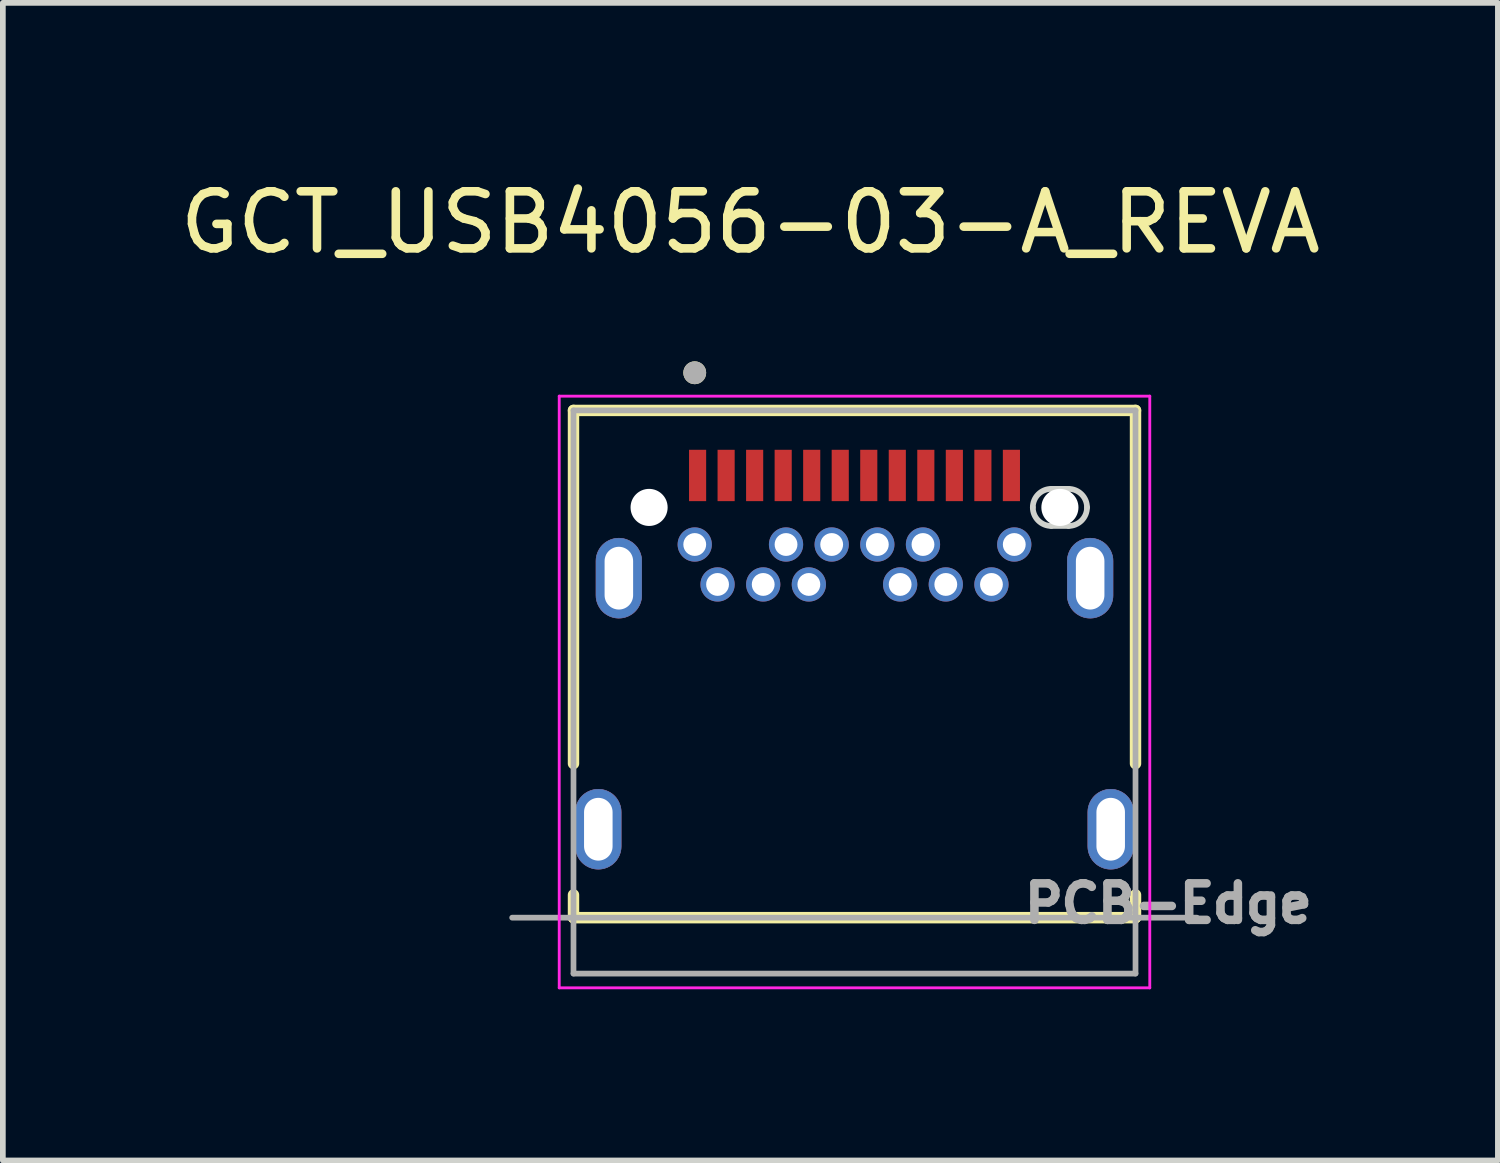
<source format=kicad_pcb>
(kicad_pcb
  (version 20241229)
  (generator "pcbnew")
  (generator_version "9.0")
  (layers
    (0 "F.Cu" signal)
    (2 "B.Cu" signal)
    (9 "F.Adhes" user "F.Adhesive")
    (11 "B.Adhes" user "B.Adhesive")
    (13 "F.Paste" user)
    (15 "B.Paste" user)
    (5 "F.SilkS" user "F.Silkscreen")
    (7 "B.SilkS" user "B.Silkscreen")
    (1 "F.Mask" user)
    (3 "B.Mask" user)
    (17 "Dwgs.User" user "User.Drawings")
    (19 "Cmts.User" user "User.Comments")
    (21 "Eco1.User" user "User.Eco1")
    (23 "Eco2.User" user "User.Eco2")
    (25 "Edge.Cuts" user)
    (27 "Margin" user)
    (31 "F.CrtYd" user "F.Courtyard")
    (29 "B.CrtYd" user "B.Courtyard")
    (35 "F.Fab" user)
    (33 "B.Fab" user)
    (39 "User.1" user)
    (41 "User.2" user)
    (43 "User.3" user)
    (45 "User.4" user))
  (footprint "GCT_USB4056-03-A_REVA"
    (layer "F.Cu")
    (at 11.926 11.483)
    (property "Reference" "GCT_USB4056-03-A_REVA" (at -1.825 -10.635 0) (layer "F.SilkS") (effects (font (size 1 1) (thickness 0.15))))
    (attr through_hole)
    (fp_poly (pts (xy -4.49 -0.7) (xy -4.511 -0.699) (xy -4.532 -0.698) (xy -4.553 -0.695) (xy -4.573 -0.691) (xy -4.594 -0.686) (xy -4.614 -0.68) (xy -4.633 -0.673) (xy -4.653 -0.665) (xy -4.672 -0.656) (xy -4.69 -0.646) (xy -4.708 -0.635) (xy -4.725 -0.624) (xy -4.742 -0.611) (xy -4.758 -0.597) (xy -4.773 -0.583) (xy -4.787 -0.568) (xy -4.801 -0.552) (xy -4.814 -0.535) (xy -4.825 -0.518) (xy -4.836 -0.5) (xy -4.846 -0.482) (xy -4.855 -0.463) (xy -4.863 -0.443) (xy -4.87 -0.424) (xy -4.876 -0.404) (xy -4.881 -0.383) (xy -4.885 -0.363) (xy -4.888 -0.342) (xy -4.889 -0.321) (xy -4.89 -0.3) (xy -4.89 0.3) (xy -4.889 0.321) (xy -4.888 0.342) (xy -4.885 0.363) (xy -4.881 0.383) (xy -4.876 0.404) (xy -4.87 0.424) (xy -4.863 0.443) (xy -4.855 0.463) (xy -4.846 0.482) (xy -4.836 0.5) (xy -4.825 0.518) (xy -4.814 0.535) (xy -4.801 0.552) (xy -4.787 0.568) (xy -4.773 0.583) (xy -4.758 0.597) (xy -4.742 0.611) (xy -4.725 0.624) (xy -4.708 0.635) (xy -4.69 0.646) (xy -4.672 0.656) (xy -4.653 0.665) (xy -4.633 0.673) (xy -4.614 0.68) (xy -4.594 0.686) (xy -4.573 0.691) (xy -4.553 0.695) (xy -4.532 0.698) (xy -4.511 0.699) (xy -4.49 0.7) (xy -4.469 0.699) (xy -4.448 0.698) (xy -4.427 0.695) (xy -4.407 0.691) (xy -4.386 0.686) (xy -4.366 0.68) (xy -4.347 0.673) (xy -4.327 0.665) (xy -4.308 0.656) (xy -4.29 0.646) (xy -4.272 0.635) (xy -4.255 0.624) (xy -4.238 0.611) (xy -4.222 0.597) (xy -4.207 0.583) (xy -4.193 0.568) (xy -4.179 0.552) (xy -4.166 0.535) (xy -4.155 0.518) (xy -4.144 0.5) (xy -4.134 0.482) (xy -4.125 0.463) (xy -4.117 0.443) (xy -4.11 0.424) (xy -4.104 0.404) (xy -4.099 0.383) (xy -4.095 0.363) (xy -4.092 0.342) (xy -4.091 0.321) (xy -4.09 0.3) (xy -4.09 -0.3) (xy -4.091 -0.321) (xy -4.092 -0.342) (xy -4.095 -0.363) (xy -4.099 -0.383) (xy -4.104 -0.404) (xy -4.11 -0.424) (xy -4.117 -0.443) (xy -4.125 -0.463) (xy -4.134 -0.482) (xy -4.144 -0.5) (xy -4.155 -0.518) (xy -4.166 -0.535) (xy -4.179 -0.552) (xy -4.193 -0.568) (xy -4.207 -0.583) (xy -4.222 -0.597) (xy -4.238 -0.611) (xy -4.255 -0.624) (xy -4.272 -0.635) (xy -4.29 -0.646) (xy -4.308 -0.656) (xy -4.327 -0.665) (xy -4.347 -0.673) (xy -4.366 -0.68) (xy -4.386 -0.686) (xy -4.407 -0.691) (xy -4.427 -0.695) (xy -4.448 -0.698) (xy -4.469 -0.699) (xy -4.49 -0.7)) (stroke (width 0.01) (type solid)) (fill yes) (layer "F.Cu"))
    (fp_poly (pts (xy -4.13 -5.1) (xy -4.151 -5.099) (xy -4.172 -5.098) (xy -4.193 -5.095) (xy -4.213 -5.091) (xy -4.234 -5.086) (xy -4.254 -5.08) (xy -4.273 -5.073) (xy -4.293 -5.065) (xy -4.312 -5.056) (xy -4.33 -5.046) (xy -4.348 -5.035) (xy -4.365 -5.024) (xy -4.382 -5.011) (xy -4.398 -4.997) (xy -4.413 -4.983) (xy -4.427 -4.968) (xy -4.441 -4.952) (xy -4.454 -4.935) (xy -4.465 -4.918) (xy -4.476 -4.9) (xy -4.486 -4.882) (xy -4.495 -4.863) (xy -4.503 -4.843) (xy -4.51 -4.824) (xy -4.516 -4.804) (xy -4.521 -4.783) (xy -4.525 -4.763) (xy -4.528 -4.742) (xy -4.529 -4.721) (xy -4.53 -4.7) (xy -4.53 -4.1) (xy -4.529 -4.079) (xy -4.528 -4.058) (xy -4.525 -4.037) (xy -4.521 -4.017) (xy -4.516 -3.996) (xy -4.51 -3.976) (xy -4.503 -3.957) (xy -4.495 -3.937) (xy -4.486 -3.918) (xy -4.476 -3.9) (xy -4.465 -3.882) (xy -4.454 -3.865) (xy -4.441 -3.848) (xy -4.427 -3.832) (xy -4.413 -3.817) (xy -4.398 -3.803) (xy -4.382 -3.789) (xy -4.365 -3.776) (xy -4.348 -3.765) (xy -4.33 -3.754) (xy -4.312 -3.744) (xy -4.293 -3.735) (xy -4.273 -3.727) (xy -4.254 -3.72) (xy -4.234 -3.714) (xy -4.213 -3.709) (xy -4.193 -3.705) (xy -4.172 -3.702) (xy -4.151 -3.701) (xy -4.13 -3.7) (xy -4.109 -3.701) (xy -4.088 -3.702) (xy -4.067 -3.705) (xy -4.047 -3.709) (xy -4.026 -3.714) (xy -4.006 -3.72) (xy -3.987 -3.727) (xy -3.967 -3.735) (xy -3.948 -3.744) (xy -3.93 -3.754) (xy -3.912 -3.765) (xy -3.895 -3.776) (xy -3.878 -3.789) (xy -3.862 -3.803) (xy -3.847 -3.817) (xy -3.833 -3.832) (xy -3.819 -3.848) (xy -3.806 -3.865) (xy -3.795 -3.882) (xy -3.784 -3.9) (xy -3.774 -3.918) (xy -3.765 -3.937) (xy -3.757 -3.957) (xy -3.75 -3.976) (xy -3.744 -3.996) (xy -3.739 -4.017) (xy -3.735 -4.037) (xy -3.732 -4.058) (xy -3.731 -4.079) (xy -3.73 -4.1) (xy -3.73 -4.7) (xy -3.731 -4.721) (xy -3.732 -4.742) (xy -3.735 -4.763) (xy -3.739 -4.783) (xy -3.744 -4.804) (xy -3.75 -4.824) (xy -3.757 -4.843) (xy -3.765 -4.863) (xy -3.774 -4.882) (xy -3.784 -4.9) (xy -3.795 -4.918) (xy -3.806 -4.935) (xy -3.819 -4.952) (xy -3.833 -4.968) (xy -3.847 -4.983) (xy -3.862 -4.997) (xy -3.878 -5.011) (xy -3.895 -5.024) (xy -3.912 -5.035) (xy -3.93 -5.046) (xy -3.948 -5.056) (xy -3.967 -5.065) (xy -3.987 -5.073) (xy -4.006 -5.08) (xy -4.026 -5.086) (xy -4.047 -5.091) (xy -4.067 -5.095) (xy -4.088 -5.098) (xy -4.109 -5.099) (xy -4.13 -5.1)) (stroke (width 0.01) (type solid)) (fill yes) (layer "F.Cu"))
    (fp_poly (pts (xy 4.13 -5.1) (xy 4.109 -5.099) (xy 4.088 -5.098) (xy 4.067 -5.095) (xy 4.047 -5.091) (xy 4.026 -5.086) (xy 4.006 -5.08) (xy 3.987 -5.073) (xy 3.967 -5.065) (xy 3.948 -5.056) (xy 3.93 -5.046) (xy 3.912 -5.035) (xy 3.895 -5.024) (xy 3.878 -5.011) (xy 3.862 -4.997) (xy 3.847 -4.983) (xy 3.833 -4.968) (xy 3.819 -4.952) (xy 3.806 -4.935) (xy 3.795 -4.918) (xy 3.784 -4.9) (xy 3.774 -4.882) (xy 3.765 -4.863) (xy 3.757 -4.843) (xy 3.75 -4.824) (xy 3.744 -4.804) (xy 3.739 -4.783) (xy 3.735 -4.763) (xy 3.732 -4.742) (xy 3.731 -4.721) (xy 3.73 -4.7) (xy 3.73 -4.1) (xy 3.731 -4.079) (xy 3.732 -4.058) (xy 3.735 -4.037) (xy 3.739 -4.017) (xy 3.744 -3.996) (xy 3.75 -3.976) (xy 3.757 -3.957) (xy 3.765 -3.937) (xy 3.774 -3.918) (xy 3.784 -3.9) (xy 3.795 -3.882) (xy 3.806 -3.865) (xy 3.819 -3.848) (xy 3.833 -3.832) (xy 3.847 -3.817) (xy 3.862 -3.803) (xy 3.878 -3.789) (xy 3.895 -3.776) (xy 3.912 -3.765) (xy 3.93 -3.754) (xy 3.948 -3.744) (xy 3.967 -3.735) (xy 3.987 -3.727) (xy 4.006 -3.72) (xy 4.026 -3.714) (xy 4.047 -3.709) (xy 4.067 -3.705) (xy 4.088 -3.702) (xy 4.109 -3.701) (xy 4.13 -3.7) (xy 4.151 -3.701) (xy 4.172 -3.702) (xy 4.193 -3.705) (xy 4.213 -3.709) (xy 4.234 -3.714) (xy 4.254 -3.72) (xy 4.273 -3.727) (xy 4.293 -3.735) (xy 4.312 -3.744) (xy 4.33 -3.754) (xy 4.348 -3.765) (xy 4.365 -3.776) (xy 4.382 -3.789) (xy 4.398 -3.803) (xy 4.413 -3.817) (xy 4.427 -3.832) (xy 4.441 -3.848) (xy 4.454 -3.865) (xy 4.465 -3.882) (xy 4.476 -3.9) (xy 4.486 -3.918) (xy 4.495 -3.937) (xy 4.503 -3.957) (xy 4.51 -3.976) (xy 4.516 -3.996) (xy 4.521 -4.017) (xy 4.525 -4.037) (xy 4.528 -4.058) (xy 4.529 -4.079) (xy 4.53 -4.1) (xy 4.53 -4.7) (xy 4.529 -4.721) (xy 4.528 -4.742) (xy 4.525 -4.763) (xy 4.521 -4.783) (xy 4.516 -4.804) (xy 4.51 -4.824) (xy 4.503 -4.843) (xy 4.495 -4.863) (xy 4.486 -4.882) (xy 4.476 -4.9) (xy 4.465 -4.918) (xy 4.454 -4.935) (xy 4.441 -4.952) (xy 4.427 -4.968) (xy 4.413 -4.983) (xy 4.398 -4.997) (xy 4.382 -5.011) (xy 4.365 -5.024) (xy 4.348 -5.035) (xy 4.33 -5.046) (xy 4.312 -5.056) (xy 4.293 -5.065) (xy 4.273 -5.073) (xy 4.254 -5.08) (xy 4.234 -5.086) (xy 4.213 -5.091) (xy 4.193 -5.095) (xy 4.172 -5.098) (xy 4.151 -5.099) (xy 4.13 -5.1)) (stroke (width 0.01) (type solid)) (fill yes) (layer "F.Cu"))
    (fp_poly (pts (xy 4.49 -0.7) (xy 4.469 -0.699) (xy 4.448 -0.698) (xy 4.427 -0.695) (xy 4.407 -0.691) (xy 4.386 -0.686) (xy 4.366 -0.68) (xy 4.347 -0.673) (xy 4.327 -0.665) (xy 4.308 -0.656) (xy 4.29 -0.646) (xy 4.272 -0.635) (xy 4.255 -0.624) (xy 4.238 -0.611) (xy 4.222 -0.597) (xy 4.207 -0.583) (xy 4.193 -0.568) (xy 4.179 -0.552) (xy 4.166 -0.535) (xy 4.155 -0.518) (xy 4.144 -0.5) (xy 4.134 -0.482) (xy 4.125 -0.463) (xy 4.117 -0.443) (xy 4.11 -0.424) (xy 4.104 -0.404) (xy 4.099 -0.383) (xy 4.095 -0.363) (xy 4.092 -0.342) (xy 4.091 -0.321) (xy 4.09 -0.3) (xy 4.09 0.3) (xy 4.091 0.321) (xy 4.092 0.342) (xy 4.095 0.363) (xy 4.099 0.383) (xy 4.104 0.404) (xy 4.11 0.424) (xy 4.117 0.443) (xy 4.125 0.463) (xy 4.134 0.482) (xy 4.144 0.5) (xy 4.155 0.518) (xy 4.166 0.535) (xy 4.179 0.552) (xy 4.193 0.568) (xy 4.207 0.583) (xy 4.222 0.597) (xy 4.238 0.611) (xy 4.255 0.624) (xy 4.272 0.635) (xy 4.29 0.646) (xy 4.308 0.656) (xy 4.327 0.665) (xy 4.347 0.673) (xy 4.366 0.68) (xy 4.386 0.686) (xy 4.407 0.691) (xy 4.427 0.695) (xy 4.448 0.698) (xy 4.469 0.699) (xy 4.49 0.7) (xy 4.511 0.699) (xy 4.532 0.698) (xy 4.553 0.695) (xy 4.573 0.691) (xy 4.594 0.686) (xy 4.614 0.68) (xy 4.633 0.673) (xy 4.653 0.665) (xy 4.672 0.656) (xy 4.69 0.646) (xy 4.708 0.635) (xy 4.725 0.624) (xy 4.742 0.611) (xy 4.758 0.597) (xy 4.773 0.583) (xy 4.787 0.568) (xy 4.801 0.552) (xy 4.814 0.535) (xy 4.825 0.518) (xy 4.836 0.5) (xy 4.846 0.482) (xy 4.855 0.463) (xy 4.863 0.443) (xy 4.87 0.424) (xy 4.876 0.404) (xy 4.881 0.383) (xy 4.885 0.363) (xy 4.888 0.342) (xy 4.889 0.321) (xy 4.89 0.3) (xy 4.89 -0.3) (xy 4.889 -0.321) (xy 4.888 -0.342) (xy 4.885 -0.363) (xy 4.881 -0.383) (xy 4.876 -0.404) (xy 4.87 -0.424) (xy 4.863 -0.443) (xy 4.855 -0.463) (xy 4.846 -0.482) (xy 4.836 -0.5) (xy 4.825 -0.518) (xy 4.814 -0.535) (xy 4.801 -0.552) (xy 4.787 -0.568) (xy 4.773 -0.583) (xy 4.758 -0.597) (xy 4.742 -0.611) (xy 4.725 -0.624) (xy 4.708 -0.635) (xy 4.69 -0.646) (xy 4.672 -0.656) (xy 4.653 -0.665) (xy 4.633 -0.673) (xy 4.614 -0.68) (xy 4.594 -0.686) (xy 4.573 -0.691) (xy 4.553 -0.695) (xy 4.532 -0.698) (xy 4.511 -0.699) (xy 4.49 -0.7)) (stroke (width 0.01) (type solid)) (fill yes) (layer "F.Cu"))
    (fp_poly (pts (xy -4.49 -0.8) (xy -4.516 -0.799) (xy -4.542 -0.797) (xy -4.568 -0.794) (xy -4.594 -0.789) (xy -4.619 -0.783) (xy -4.645 -0.776) (xy -4.669 -0.767) (xy -4.693 -0.757) (xy -4.717 -0.746) (xy -4.74 -0.733) (xy -4.762 -0.719) (xy -4.784 -0.705) (xy -4.805 -0.689) (xy -4.825 -0.672) (xy -4.844 -0.654) (xy -4.862 -0.635) (xy -4.879 -0.615) (xy -4.895 -0.594) (xy -4.909 -0.572) (xy -4.923 -0.55) (xy -4.936 -0.527) (xy -4.947 -0.503) (xy -4.957 -0.479) (xy -4.966 -0.455) (xy -4.973 -0.429) (xy -4.979 -0.404) (xy -4.984 -0.378) (xy -4.987 -0.352) (xy -4.989 -0.326) (xy -4.99 -0.3) (xy -4.99 0.3) (xy -4.989 0.326) (xy -4.987 0.352) (xy -4.984 0.378) (xy -4.979 0.404) (xy -4.973 0.429) (xy -4.966 0.455) (xy -4.957 0.479) (xy -4.947 0.503) (xy -4.936 0.527) (xy -4.923 0.55) (xy -4.909 0.572) (xy -4.895 0.594) (xy -4.879 0.615) (xy -4.862 0.635) (xy -4.844 0.654) (xy -4.825 0.672) (xy -4.805 0.689) (xy -4.784 0.705) (xy -4.762 0.719) (xy -4.74 0.733) (xy -4.717 0.746) (xy -4.693 0.757) (xy -4.669 0.767) (xy -4.645 0.776) (xy -4.619 0.783) (xy -4.594 0.789) (xy -4.568 0.794) (xy -4.542 0.797) (xy -4.516 0.799) (xy -4.49 0.8) (xy -4.464 0.799) (xy -4.438 0.797) (xy -4.412 0.794) (xy -4.386 0.789) (xy -4.361 0.783) (xy -4.335 0.776) (xy -4.311 0.767) (xy -4.287 0.757) (xy -4.263 0.746) (xy -4.24 0.733) (xy -4.218 0.719) (xy -4.196 0.705) (xy -4.175 0.689) (xy -4.155 0.672) (xy -4.136 0.654) (xy -4.118 0.635) (xy -4.101 0.615) (xy -4.085 0.594) (xy -4.071 0.572) (xy -4.057 0.55) (xy -4.044 0.527) (xy -4.033 0.503) (xy -4.023 0.479) (xy -4.014 0.455) (xy -4.007 0.429) (xy -4.001 0.404) (xy -3.996 0.378) (xy -3.993 0.352) (xy -3.991 0.326) (xy -3.99 0.3) (xy -3.99 -0.3) (xy -3.991 -0.326) (xy -3.993 -0.352) (xy -3.996 -0.378) (xy -4.001 -0.404) (xy -4.007 -0.429) (xy -4.014 -0.455) (xy -4.023 -0.479) (xy -4.033 -0.503) (xy -4.044 -0.527) (xy -4.057 -0.55) (xy -4.071 -0.572) (xy -4.085 -0.594) (xy -4.101 -0.615) (xy -4.118 -0.635) (xy -4.136 -0.654) (xy -4.155 -0.672) (xy -4.175 -0.689) (xy -4.196 -0.705) (xy -4.218 -0.719) (xy -4.24 -0.733) (xy -4.263 -0.746) (xy -4.287 -0.757) (xy -4.311 -0.767) (xy -4.335 -0.776) (xy -4.361 -0.783) (xy -4.386 -0.789) (xy -4.412 -0.794) (xy -4.438 -0.797) (xy -4.464 -0.799) (xy -4.49 -0.8)) (stroke (width 0.01) (type solid)) (fill yes) (layer "F.Mask"))
    (fp_poly (pts (xy -4.13 -5.2) (xy -4.156 -5.199) (xy -4.182 -5.197) (xy -4.208 -5.194) (xy -4.234 -5.189) (xy -4.259 -5.183) (xy -4.285 -5.176) (xy -4.309 -5.167) (xy -4.333 -5.157) (xy -4.357 -5.146) (xy -4.38 -5.133) (xy -4.402 -5.119) (xy -4.424 -5.105) (xy -4.445 -5.089) (xy -4.465 -5.072) (xy -4.484 -5.054) (xy -4.502 -5.035) (xy -4.519 -5.015) (xy -4.535 -4.994) (xy -4.549 -4.972) (xy -4.563 -4.95) (xy -4.576 -4.927) (xy -4.587 -4.903) (xy -4.597 -4.879) (xy -4.606 -4.855) (xy -4.613 -4.829) (xy -4.619 -4.804) (xy -4.624 -4.778) (xy -4.627 -4.752) (xy -4.629 -4.726) (xy -4.63 -4.7) (xy -4.63 -4.1) (xy -4.629 -4.074) (xy -4.627 -4.048) (xy -4.624 -4.022) (xy -4.619 -3.996) (xy -4.613 -3.971) (xy -4.606 -3.945) (xy -4.597 -3.921) (xy -4.587 -3.897) (xy -4.576 -3.873) (xy -4.563 -3.85) (xy -4.549 -3.828) (xy -4.535 -3.806) (xy -4.519 -3.785) (xy -4.502 -3.765) (xy -4.484 -3.746) (xy -4.465 -3.728) (xy -4.445 -3.711) (xy -4.424 -3.695) (xy -4.402 -3.681) (xy -4.38 -3.667) (xy -4.357 -3.654) (xy -4.333 -3.643) (xy -4.309 -3.633) (xy -4.285 -3.624) (xy -4.259 -3.617) (xy -4.234 -3.611) (xy -4.208 -3.606) (xy -4.182 -3.603) (xy -4.156 -3.601) (xy -4.13 -3.6) (xy -4.104 -3.601) (xy -4.078 -3.603) (xy -4.052 -3.606) (xy -4.026 -3.611) (xy -4.001 -3.617) (xy -3.975 -3.624) (xy -3.951 -3.633) (xy -3.927 -3.643) (xy -3.903 -3.654) (xy -3.88 -3.667) (xy -3.858 -3.681) (xy -3.836 -3.695) (xy -3.815 -3.711) (xy -3.795 -3.728) (xy -3.776 -3.746) (xy -3.758 -3.765) (xy -3.741 -3.785) (xy -3.725 -3.806) (xy -3.711 -3.828) (xy -3.697 -3.85) (xy -3.684 -3.873) (xy -3.673 -3.897) (xy -3.663 -3.921) (xy -3.654 -3.945) (xy -3.647 -3.971) (xy -3.641 -3.996) (xy -3.636 -4.022) (xy -3.633 -4.048) (xy -3.631 -4.074) (xy -3.63 -4.1) (xy -3.63 -4.7) (xy -3.631 -4.726) (xy -3.633 -4.752) (xy -3.636 -4.778) (xy -3.641 -4.804) (xy -3.647 -4.829) (xy -3.654 -4.855) (xy -3.663 -4.879) (xy -3.673 -4.903) (xy -3.684 -4.927) (xy -3.697 -4.95) (xy -3.711 -4.972) (xy -3.725 -4.994) (xy -3.741 -5.015) (xy -3.758 -5.035) (xy -3.776 -5.054) (xy -3.795 -5.072) (xy -3.815 -5.089) (xy -3.836 -5.105) (xy -3.858 -5.119) (xy -3.88 -5.133) (xy -3.903 -5.146) (xy -3.927 -5.157) (xy -3.951 -5.167) (xy -3.975 -5.176) (xy -4.001 -5.183) (xy -4.026 -5.189) (xy -4.052 -5.194) (xy -4.078 -5.197) (xy -4.104 -5.199) (xy -4.13 -5.2)) (stroke (width 0.01) (type solid)) (fill yes) (layer "F.Mask"))
    (fp_poly (pts (xy 3.025 -5.64) (xy 3.026 -5.662) (xy 3.027 -5.684) (xy 3.03 -5.706) (xy 3.034 -5.728) (xy 3.039 -5.75) (xy 3.046 -5.771) (xy 3.053 -5.792) (xy 3.062 -5.813) (xy 3.071 -5.833) (xy 3.082 -5.853) (xy 3.094 -5.871) (xy 3.106 -5.89) (xy 3.12 -5.907) (xy 3.134 -5.924) (xy 3.149 -5.941) (xy 3.166 -5.956) (xy 3.183 -5.97) (xy 3.2 -5.984) (xy 3.219 -5.996) (xy 3.237 -6.008) (xy 3.257 -6.019) (xy 3.277 -6.028) (xy 3.298 -6.037) (xy 3.319 -6.044) (xy 3.34 -6.051) (xy 3.362 -6.056) (xy 3.384 -6.06) (xy 3.406 -6.063) (xy 3.428 -6.064) (xy 3.45 -6.065) (xy 3.75 -6.065) (xy 3.772 -6.064) (xy 3.794 -6.063) (xy 3.816 -6.06) (xy 3.838 -6.056) (xy 3.86 -6.051) (xy 3.881 -6.044) (xy 3.902 -6.037) (xy 3.923 -6.028) (xy 3.943 -6.019) (xy 3.962 -6.008) (xy 3.981 -5.996) (xy 4 -5.984) (xy 4.017 -5.97) (xy 4.034 -5.956) (xy 4.051 -5.941) (xy 4.066 -5.924) (xy 4.08 -5.907) (xy 4.094 -5.89) (xy 4.106 -5.871) (xy 4.118 -5.853) (xy 4.129 -5.833) (xy 4.138 -5.813) (xy 4.147 -5.792) (xy 4.154 -5.771) (xy 4.161 -5.75) (xy 4.166 -5.728) (xy 4.17 -5.706) (xy 4.173 -5.684) (xy 4.174 -5.662) (xy 4.175 -5.64) (xy 4.174 -5.618) (xy 4.173 -5.596) (xy 4.17 -5.574) (xy 4.166 -5.552) (xy 4.161 -5.53) (xy 4.154 -5.509) (xy 4.147 -5.488) (xy 4.138 -5.467) (xy 4.129 -5.447) (xy 4.118 -5.428) (xy 4.106 -5.409) (xy 4.094 -5.39) (xy 4.08 -5.373) (xy 4.066 -5.356) (xy 4.051 -5.339) (xy 4.034 -5.324) (xy 4.017 -5.31) (xy 4 -5.296) (xy 3.981 -5.284) (xy 3.962 -5.272) (xy 3.943 -5.261) (xy 3.923 -5.252) (xy 3.902 -5.243) (xy 3.881 -5.236) (xy 3.86 -5.229) (xy 3.838 -5.224) (xy 3.816 -5.22) (xy 3.794 -5.217) (xy 3.772 -5.216) (xy 3.75 -5.215) (xy 3.45 -5.215) (xy 3.428 -5.216) (xy 3.406 -5.217) (xy 3.384 -5.22) (xy 3.362 -5.224) (xy 3.34 -5.229) (xy 3.319 -5.236) (xy 3.298 -5.243) (xy 3.277 -5.252) (xy 3.257 -5.261) (xy 3.237 -5.272) (xy 3.219 -5.284) (xy 3.2 -5.296) (xy 3.183 -5.31) (xy 3.166 -5.324) (xy 3.149 -5.339) (xy 3.134 -5.356) (xy 3.12 -5.373) (xy 3.106 -5.39) (xy 3.094 -5.409) (xy 3.082 -5.428) (xy 3.071 -5.447) (xy 3.062 -5.467) (xy 3.053 -5.488) (xy 3.046 -5.509) (xy 3.039 -5.53) (xy 3.034 -5.552) (xy 3.03 -5.574) (xy 3.027 -5.596) (xy 3.026 -5.618) (xy 3.025 -5.64)) (stroke (width 0.01) (type solid)) (fill yes) (layer "F.Mask"))
    (fp_poly (pts (xy 4.13 -5.2) (xy 4.104 -5.199) (xy 4.078 -5.197) (xy 4.052 -5.194) (xy 4.026 -5.189) (xy 4.001 -5.183) (xy 3.975 -5.176) (xy 3.951 -5.167) (xy 3.927 -5.157) (xy 3.903 -5.146) (xy 3.88 -5.133) (xy 3.858 -5.119) (xy 3.836 -5.105) (xy 3.815 -5.089) (xy 3.795 -5.072) (xy 3.776 -5.054) (xy 3.758 -5.035) (xy 3.741 -5.015) (xy 3.725 -4.994) (xy 3.711 -4.972) (xy 3.697 -4.95) (xy 3.684 -4.927) (xy 3.673 -4.903) (xy 3.663 -4.879) (xy 3.654 -4.855) (xy 3.647 -4.829) (xy 3.641 -4.804) (xy 3.636 -4.778) (xy 3.633 -4.752) (xy 3.631 -4.726) (xy 3.63 -4.7) (xy 3.63 -4.1) (xy 3.631 -4.074) (xy 3.633 -4.048) (xy 3.636 -4.022) (xy 3.641 -3.996) (xy 3.647 -3.971) (xy 3.654 -3.945) (xy 3.663 -3.921) (xy 3.673 -3.897) (xy 3.684 -3.873) (xy 3.697 -3.85) (xy 3.711 -3.828) (xy 3.725 -3.806) (xy 3.741 -3.785) (xy 3.758 -3.765) (xy 3.776 -3.746) (xy 3.795 -3.728) (xy 3.815 -3.711) (xy 3.836 -3.695) (xy 3.858 -3.681) (xy 3.88 -3.667) (xy 3.903 -3.654) (xy 3.927 -3.643) (xy 3.951 -3.633) (xy 3.975 -3.624) (xy 4.001 -3.617) (xy 4.026 -3.611) (xy 4.052 -3.606) (xy 4.078 -3.603) (xy 4.104 -3.601) (xy 4.13 -3.6) (xy 4.156 -3.601) (xy 4.182 -3.603) (xy 4.208 -3.606) (xy 4.234 -3.611) (xy 4.259 -3.617) (xy 4.285 -3.624) (xy 4.309 -3.633) (xy 4.333 -3.643) (xy 4.357 -3.654) (xy 4.38 -3.667) (xy 4.402 -3.681) (xy 4.424 -3.695) (xy 4.445 -3.711) (xy 4.465 -3.728) (xy 4.484 -3.746) (xy 4.502 -3.765) (xy 4.519 -3.785) (xy 4.535 -3.806) (xy 4.549 -3.828) (xy 4.563 -3.85) (xy 4.576 -3.873) (xy 4.587 -3.897) (xy 4.597 -3.921) (xy 4.606 -3.945) (xy 4.613 -3.971) (xy 4.619 -3.996) (xy 4.624 -4.022) (xy 4.627 -4.048) (xy 4.629 -4.074) (xy 4.63 -4.1) (xy 4.63 -4.7) (xy 4.629 -4.726) (xy 4.627 -4.752) (xy 4.624 -4.778) (xy 4.619 -4.804) (xy 4.613 -4.829) (xy 4.606 -4.855) (xy 4.597 -4.879) (xy 4.587 -4.903) (xy 4.576 -4.927) (xy 4.563 -4.95) (xy 4.549 -4.972) (xy 4.535 -4.994) (xy 4.519 -5.015) (xy 4.502 -5.035) (xy 4.484 -5.054) (xy 4.465 -5.072) (xy 4.445 -5.089) (xy 4.424 -5.105) (xy 4.402 -5.119) (xy 4.38 -5.133) (xy 4.357 -5.146) (xy 4.333 -5.157) (xy 4.309 -5.167) (xy 4.285 -5.176) (xy 4.259 -5.183) (xy 4.234 -5.189) (xy 4.208 -5.194) (xy 4.182 -5.197) (xy 4.156 -5.199) (xy 4.13 -5.2)) (stroke (width 0.01) (type solid)) (fill yes) (layer "F.Mask"))
    (fp_poly (pts (xy 4.49 -0.8) (xy 4.464 -0.799) (xy 4.438 -0.797) (xy 4.412 -0.794) (xy 4.386 -0.789) (xy 4.361 -0.783) (xy 4.335 -0.776) (xy 4.311 -0.767) (xy 4.287 -0.757) (xy 4.263 -0.746) (xy 4.24 -0.733) (xy 4.218 -0.719) (xy 4.196 -0.705) (xy 4.175 -0.689) (xy 4.155 -0.672) (xy 4.136 -0.654) (xy 4.118 -0.635) (xy 4.101 -0.615) (xy 4.085 -0.594) (xy 4.071 -0.572) (xy 4.057 -0.55) (xy 4.044 -0.527) (xy 4.033 -0.503) (xy 4.023 -0.479) (xy 4.014 -0.455) (xy 4.007 -0.429) (xy 4.001 -0.404) (xy 3.996 -0.378) (xy 3.993 -0.352) (xy 3.991 -0.326) (xy 3.99 -0.3) (xy 3.99 0.3) (xy 3.991 0.326) (xy 3.993 0.352) (xy 3.996 0.378) (xy 4.001 0.404) (xy 4.007 0.429) (xy 4.014 0.455) (xy 4.023 0.479) (xy 4.033 0.503) (xy 4.044 0.527) (xy 4.057 0.55) (xy 4.071 0.572) (xy 4.085 0.594) (xy 4.101 0.615) (xy 4.118 0.635) (xy 4.136 0.654) (xy 4.155 0.672) (xy 4.175 0.689) (xy 4.196 0.705) (xy 4.218 0.719) (xy 4.24 0.733) (xy 4.263 0.746) (xy 4.287 0.757) (xy 4.311 0.767) (xy 4.335 0.776) (xy 4.361 0.783) (xy 4.386 0.789) (xy 4.412 0.794) (xy 4.438 0.797) (xy 4.464 0.799) (xy 4.49 0.8) (xy 4.516 0.799) (xy 4.542 0.797) (xy 4.568 0.794) (xy 4.594 0.789) (xy 4.619 0.783) (xy 4.645 0.776) (xy 4.669 0.767) (xy 4.693 0.757) (xy 4.717 0.746) (xy 4.74 0.733) (xy 4.762 0.719) (xy 4.784 0.705) (xy 4.805 0.689) (xy 4.825 0.672) (xy 4.844 0.654) (xy 4.862 0.635) (xy 4.879 0.615) (xy 4.895 0.594) (xy 4.909 0.572) (xy 4.923 0.55) (xy 4.936 0.527) (xy 4.947 0.503) (xy 4.957 0.479) (xy 4.966 0.455) (xy 4.973 0.429) (xy 4.979 0.404) (xy 4.984 0.378) (xy 4.987 0.352) (xy 4.989 0.326) (xy 4.99 0.3) (xy 4.99 -0.3) (xy 4.989 -0.326) (xy 4.987 -0.352) (xy 4.984 -0.378) (xy 4.979 -0.404) (xy 4.973 -0.429) (xy 4.966 -0.455) (xy 4.957 -0.479) (xy 4.947 -0.503) (xy 4.936 -0.527) (xy 4.923 -0.55) (xy 4.909 -0.572) (xy 4.895 -0.594) (xy 4.879 -0.615) (xy 4.862 -0.635) (xy 4.844 -0.654) (xy 4.825 -0.672) (xy 4.805 -0.689) (xy 4.784 -0.705) (xy 4.762 -0.719) (xy 4.74 -0.733) (xy 4.717 -0.746) (xy 4.693 -0.757) (xy 4.669 -0.767) (xy 4.645 -0.776) (xy 4.619 -0.783) (xy 4.594 -0.789) (xy 4.568 -0.794) (xy 4.542 -0.797) (xy 4.516 -0.799) (xy 4.49 -0.8)) (stroke (width 0.01) (type solid)) (fill yes) (layer "F.Mask"))
    (fp_poly (pts (xy -4.49 -0.7) (xy -4.511 -0.699) (xy -4.532 -0.698) (xy -4.553 -0.695) (xy -4.573 -0.691) (xy -4.594 -0.686) (xy -4.614 -0.68) (xy -4.633 -0.673) (xy -4.653 -0.665) (xy -4.672 -0.656) (xy -4.69 -0.646) (xy -4.708 -0.635) (xy -4.725 -0.624) (xy -4.742 -0.611) (xy -4.758 -0.597) (xy -4.773 -0.583) (xy -4.787 -0.568) (xy -4.801 -0.552) (xy -4.814 -0.535) (xy -4.825 -0.518) (xy -4.836 -0.5) (xy -4.846 -0.482) (xy -4.855 -0.463) (xy -4.863 -0.443) (xy -4.87 -0.424) (xy -4.876 -0.404) (xy -4.881 -0.383) (xy -4.885 -0.363) (xy -4.888 -0.342) (xy -4.889 -0.321) (xy -4.89 -0.3) (xy -4.89 0.3) (xy -4.889 0.321) (xy -4.888 0.342) (xy -4.885 0.363) (xy -4.881 0.383) (xy -4.876 0.404) (xy -4.87 0.424) (xy -4.863 0.443) (xy -4.855 0.463) (xy -4.846 0.482) (xy -4.836 0.5) (xy -4.825 0.518) (xy -4.814 0.535) (xy -4.801 0.552) (xy -4.787 0.568) (xy -4.773 0.583) (xy -4.758 0.597) (xy -4.742 0.611) (xy -4.725 0.624) (xy -4.708 0.635) (xy -4.69 0.646) (xy -4.672 0.656) (xy -4.653 0.665) (xy -4.633 0.673) (xy -4.614 0.68) (xy -4.594 0.686) (xy -4.573 0.691) (xy -4.553 0.695) (xy -4.532 0.698) (xy -4.511 0.699) (xy -4.49 0.7) (xy -4.469 0.699) (xy -4.448 0.698) (xy -4.427 0.695) (xy -4.407 0.691) (xy -4.386 0.686) (xy -4.366 0.68) (xy -4.347 0.673) (xy -4.327 0.665) (xy -4.308 0.656) (xy -4.29 0.646) (xy -4.272 0.635) (xy -4.255 0.624) (xy -4.238 0.611) (xy -4.222 0.597) (xy -4.207 0.583) (xy -4.193 0.568) (xy -4.179 0.552) (xy -4.166 0.535) (xy -4.155 0.518) (xy -4.144 0.5) (xy -4.134 0.482) (xy -4.125 0.463) (xy -4.117 0.443) (xy -4.11 0.424) (xy -4.104 0.404) (xy -4.099 0.383) (xy -4.095 0.363) (xy -4.092 0.342) (xy -4.091 0.321) (xy -4.09 0.3) (xy -4.09 -0.3) (xy -4.091 -0.321) (xy -4.092 -0.342) (xy -4.095 -0.363) (xy -4.099 -0.383) (xy -4.104 -0.404) (xy -4.11 -0.424) (xy -4.117 -0.443) (xy -4.125 -0.463) (xy -4.134 -0.482) (xy -4.144 -0.5) (xy -4.155 -0.518) (xy -4.166 -0.535) (xy -4.179 -0.552) (xy -4.193 -0.568) (xy -4.207 -0.583) (xy -4.222 -0.597) (xy -4.238 -0.611) (xy -4.255 -0.624) (xy -4.272 -0.635) (xy -4.29 -0.646) (xy -4.308 -0.656) (xy -4.327 -0.665) (xy -4.347 -0.673) (xy -4.366 -0.68) (xy -4.386 -0.686) (xy -4.407 -0.691) (xy -4.427 -0.695) (xy -4.448 -0.698) (xy -4.469 -0.699) (xy -4.49 -0.7)) (stroke (width 0.01) (type solid)) (fill yes) (layer "B.Cu"))
    (fp_poly (pts (xy -4.13 -5.1) (xy -4.151 -5.099) (xy -4.172 -5.098) (xy -4.193 -5.095) (xy -4.213 -5.091) (xy -4.234 -5.086) (xy -4.254 -5.08) (xy -4.273 -5.073) (xy -4.293 -5.065) (xy -4.312 -5.056) (xy -4.33 -5.046) (xy -4.348 -5.035) (xy -4.365 -5.024) (xy -4.382 -5.011) (xy -4.398 -4.997) (xy -4.413 -4.983) (xy -4.427 -4.968) (xy -4.441 -4.952) (xy -4.454 -4.935) (xy -4.465 -4.918) (xy -4.476 -4.9) (xy -4.486 -4.882) (xy -4.495 -4.863) (xy -4.503 -4.843) (xy -4.51 -4.824) (xy -4.516 -4.804) (xy -4.521 -4.783) (xy -4.525 -4.763) (xy -4.528 -4.742) (xy -4.529 -4.721) (xy -4.53 -4.7) (xy -4.53 -4.1) (xy -4.529 -4.079) (xy -4.528 -4.058) (xy -4.525 -4.037) (xy -4.521 -4.017) (xy -4.516 -3.996) (xy -4.51 -3.976) (xy -4.503 -3.957) (xy -4.495 -3.937) (xy -4.486 -3.918) (xy -4.476 -3.9) (xy -4.465 -3.882) (xy -4.454 -3.865) (xy -4.441 -3.848) (xy -4.427 -3.832) (xy -4.413 -3.817) (xy -4.398 -3.803) (xy -4.382 -3.789) (xy -4.365 -3.776) (xy -4.348 -3.765) (xy -4.33 -3.754) (xy -4.312 -3.744) (xy -4.293 -3.735) (xy -4.273 -3.727) (xy -4.254 -3.72) (xy -4.234 -3.714) (xy -4.213 -3.709) (xy -4.193 -3.705) (xy -4.172 -3.702) (xy -4.151 -3.701) (xy -4.13 -3.7) (xy -4.109 -3.701) (xy -4.088 -3.702) (xy -4.067 -3.705) (xy -4.047 -3.709) (xy -4.026 -3.714) (xy -4.006 -3.72) (xy -3.987 -3.727) (xy -3.967 -3.735) (xy -3.948 -3.744) (xy -3.93 -3.754) (xy -3.912 -3.765) (xy -3.895 -3.776) (xy -3.878 -3.789) (xy -3.862 -3.803) (xy -3.847 -3.817) (xy -3.833 -3.832) (xy -3.819 -3.848) (xy -3.806 -3.865) (xy -3.795 -3.882) (xy -3.784 -3.9) (xy -3.774 -3.918) (xy -3.765 -3.937) (xy -3.757 -3.957) (xy -3.75 -3.976) (xy -3.744 -3.996) (xy -3.739 -4.017) (xy -3.735 -4.037) (xy -3.732 -4.058) (xy -3.731 -4.079) (xy -3.73 -4.1) (xy -3.73 -4.7) (xy -3.731 -4.721) (xy -3.732 -4.742) (xy -3.735 -4.763) (xy -3.739 -4.783) (xy -3.744 -4.804) (xy -3.75 -4.824) (xy -3.757 -4.843) (xy -3.765 -4.863) (xy -3.774 -4.882) (xy -3.784 -4.9) (xy -3.795 -4.918) (xy -3.806 -4.935) (xy -3.819 -4.952) (xy -3.833 -4.968) (xy -3.847 -4.983) (xy -3.862 -4.997) (xy -3.878 -5.011) (xy -3.895 -5.024) (xy -3.912 -5.035) (xy -3.93 -5.046) (xy -3.948 -5.056) (xy -3.967 -5.065) (xy -3.987 -5.073) (xy -4.006 -5.08) (xy -4.026 -5.086) (xy -4.047 -5.091) (xy -4.067 -5.095) (xy -4.088 -5.098) (xy -4.109 -5.099) (xy -4.13 -5.1)) (stroke (width 0.01) (type solid)) (fill yes) (layer "B.Cu"))
    (fp_poly (pts (xy 4.13 -5.1) (xy 4.109 -5.099) (xy 4.088 -5.098) (xy 4.067 -5.095) (xy 4.047 -5.091) (xy 4.026 -5.086) (xy 4.006 -5.08) (xy 3.987 -5.073) (xy 3.967 -5.065) (xy 3.948 -5.056) (xy 3.93 -5.046) (xy 3.912 -5.035) (xy 3.895 -5.024) (xy 3.878 -5.011) (xy 3.862 -4.997) (xy 3.847 -4.983) (xy 3.833 -4.968) (xy 3.819 -4.952) (xy 3.806 -4.935) (xy 3.795 -4.918) (xy 3.784 -4.9) (xy 3.774 -4.882) (xy 3.765 -4.863) (xy 3.757 -4.843) (xy 3.75 -4.824) (xy 3.744 -4.804) (xy 3.739 -4.783) (xy 3.735 -4.763) (xy 3.732 -4.742) (xy 3.731 -4.721) (xy 3.73 -4.7) (xy 3.73 -4.1) (xy 3.731 -4.079) (xy 3.732 -4.058) (xy 3.735 -4.037) (xy 3.739 -4.017) (xy 3.744 -3.996) (xy 3.75 -3.976) (xy 3.757 -3.957) (xy 3.765 -3.937) (xy 3.774 -3.918) (xy 3.784 -3.9) (xy 3.795 -3.882) (xy 3.806 -3.865) (xy 3.819 -3.848) (xy 3.833 -3.832) (xy 3.847 -3.817) (xy 3.862 -3.803) (xy 3.878 -3.789) (xy 3.895 -3.776) (xy 3.912 -3.765) (xy 3.93 -3.754) (xy 3.948 -3.744) (xy 3.967 -3.735) (xy 3.987 -3.727) (xy 4.006 -3.72) (xy 4.026 -3.714) (xy 4.047 -3.709) (xy 4.067 -3.705) (xy 4.088 -3.702) (xy 4.109 -3.701) (xy 4.13 -3.7) (xy 4.151 -3.701) (xy 4.172 -3.702) (xy 4.193 -3.705) (xy 4.213 -3.709) (xy 4.234 -3.714) (xy 4.254 -3.72) (xy 4.273 -3.727) (xy 4.293 -3.735) (xy 4.312 -3.744) (xy 4.33 -3.754) (xy 4.348 -3.765) (xy 4.365 -3.776) (xy 4.382 -3.789) (xy 4.398 -3.803) (xy 4.413 -3.817) (xy 4.427 -3.832) (xy 4.441 -3.848) (xy 4.454 -3.865) (xy 4.465 -3.882) (xy 4.476 -3.9) (xy 4.486 -3.918) (xy 4.495 -3.937) (xy 4.503 -3.957) (xy 4.51 -3.976) (xy 4.516 -3.996) (xy 4.521 -4.017) (xy 4.525 -4.037) (xy 4.528 -4.058) (xy 4.529 -4.079) (xy 4.53 -4.1) (xy 4.53 -4.7) (xy 4.529 -4.721) (xy 4.528 -4.742) (xy 4.525 -4.763) (xy 4.521 -4.783) (xy 4.516 -4.804) (xy 4.51 -4.824) (xy 4.503 -4.843) (xy 4.495 -4.863) (xy 4.486 -4.882) (xy 4.476 -4.9) (xy 4.465 -4.918) (xy 4.454 -4.935) (xy 4.441 -4.952) (xy 4.427 -4.968) (xy 4.413 -4.983) (xy 4.398 -4.997) (xy 4.382 -5.011) (xy 4.365 -5.024) (xy 4.348 -5.035) (xy 4.33 -5.046) (xy 4.312 -5.056) (xy 4.293 -5.065) (xy 4.273 -5.073) (xy 4.254 -5.08) (xy 4.234 -5.086) (xy 4.213 -5.091) (xy 4.193 -5.095) (xy 4.172 -5.098) (xy 4.151 -5.099) (xy 4.13 -5.1)) (stroke (width 0.01) (type solid)) (fill yes) (layer "B.Cu"))
    (fp_poly (pts (xy 4.49 -0.7) (xy 4.469 -0.699) (xy 4.448 -0.698) (xy 4.427 -0.695) (xy 4.407 -0.691) (xy 4.386 -0.686) (xy 4.366 -0.68) (xy 4.347 -0.673) (xy 4.327 -0.665) (xy 4.308 -0.656) (xy 4.29 -0.646) (xy 4.272 -0.635) (xy 4.255 -0.624) (xy 4.238 -0.611) (xy 4.222 -0.597) (xy 4.207 -0.583) (xy 4.193 -0.568) (xy 4.179 -0.552) (xy 4.166 -0.535) (xy 4.155 -0.518) (xy 4.144 -0.5) (xy 4.134 -0.482) (xy 4.125 -0.463) (xy 4.117 -0.443) (xy 4.11 -0.424) (xy 4.104 -0.404) (xy 4.099 -0.383) (xy 4.095 -0.363) (xy 4.092 -0.342) (xy 4.091 -0.321) (xy 4.09 -0.3) (xy 4.09 0.3) (xy 4.091 0.321) (xy 4.092 0.342) (xy 4.095 0.363) (xy 4.099 0.383) (xy 4.104 0.404) (xy 4.11 0.424) (xy 4.117 0.443) (xy 4.125 0.463) (xy 4.134 0.482) (xy 4.144 0.5) (xy 4.155 0.518) (xy 4.166 0.535) (xy 4.179 0.552) (xy 4.193 0.568) (xy 4.207 0.583) (xy 4.222 0.597) (xy 4.238 0.611) (xy 4.255 0.624) (xy 4.272 0.635) (xy 4.29 0.646) (xy 4.308 0.656) (xy 4.327 0.665) (xy 4.347 0.673) (xy 4.366 0.68) (xy 4.386 0.686) (xy 4.407 0.691) (xy 4.427 0.695) (xy 4.448 0.698) (xy 4.469 0.699) (xy 4.49 0.7) (xy 4.511 0.699) (xy 4.532 0.698) (xy 4.553 0.695) (xy 4.573 0.691) (xy 4.594 0.686) (xy 4.614 0.68) (xy 4.633 0.673) (xy 4.653 0.665) (xy 4.672 0.656) (xy 4.69 0.646) (xy 4.708 0.635) (xy 4.725 0.624) (xy 4.742 0.611) (xy 4.758 0.597) (xy 4.773 0.583) (xy 4.787 0.568) (xy 4.801 0.552) (xy 4.814 0.535) (xy 4.825 0.518) (xy 4.836 0.5) (xy 4.846 0.482) (xy 4.855 0.463) (xy 4.863 0.443) (xy 4.87 0.424) (xy 4.876 0.404) (xy 4.881 0.383) (xy 4.885 0.363) (xy 4.888 0.342) (xy 4.889 0.321) (xy 4.89 0.3) (xy 4.89 -0.3) (xy 4.889 -0.321) (xy 4.888 -0.342) (xy 4.885 -0.363) (xy 4.881 -0.383) (xy 4.876 -0.404) (xy 4.87 -0.424) (xy 4.863 -0.443) (xy 4.855 -0.463) (xy 4.846 -0.482) (xy 4.836 -0.5) (xy 4.825 -0.518) (xy 4.814 -0.535) (xy 4.801 -0.552) (xy 4.787 -0.568) (xy 4.773 -0.583) (xy 4.758 -0.597) (xy 4.742 -0.611) (xy 4.725 -0.624) (xy 4.708 -0.635) (xy 4.69 -0.646) (xy 4.672 -0.656) (xy 4.653 -0.665) (xy 4.633 -0.673) (xy 4.614 -0.68) (xy 4.594 -0.686) (xy 4.573 -0.691) (xy 4.553 -0.695) (xy 4.532 -0.698) (xy 4.511 -0.699) (xy 4.49 -0.7)) (stroke (width 0.01) (type solid)) (fill yes) (layer "B.Cu"))
    (fp_poly (pts (xy -4.49 -0.8) (xy -4.516 -0.799) (xy -4.542 -0.797) (xy -4.568 -0.794) (xy -4.594 -0.789) (xy -4.619 -0.783) (xy -4.645 -0.776) (xy -4.669 -0.767) (xy -4.693 -0.757) (xy -4.717 -0.746) (xy -4.74 -0.733) (xy -4.762 -0.719) (xy -4.784 -0.705) (xy -4.805 -0.689) (xy -4.825 -0.672) (xy -4.844 -0.654) (xy -4.862 -0.635) (xy -4.879 -0.615) (xy -4.895 -0.594) (xy -4.909 -0.572) (xy -4.923 -0.55) (xy -4.936 -0.527) (xy -4.947 -0.503) (xy -4.957 -0.479) (xy -4.966 -0.455) (xy -4.973 -0.429) (xy -4.979 -0.404) (xy -4.984 -0.378) (xy -4.987 -0.352) (xy -4.989 -0.326) (xy -4.99 -0.3) (xy -4.99 0.3) (xy -4.989 0.326) (xy -4.987 0.352) (xy -4.984 0.378) (xy -4.979 0.404) (xy -4.973 0.429) (xy -4.966 0.455) (xy -4.957 0.479) (xy -4.947 0.503) (xy -4.936 0.527) (xy -4.923 0.55) (xy -4.909 0.572) (xy -4.895 0.594) (xy -4.879 0.615) (xy -4.862 0.635) (xy -4.844 0.654) (xy -4.825 0.672) (xy -4.805 0.689) (xy -4.784 0.705) (xy -4.762 0.719) (xy -4.74 0.733) (xy -4.717 0.746) (xy -4.693 0.757) (xy -4.669 0.767) (xy -4.645 0.776) (xy -4.619 0.783) (xy -4.594 0.789) (xy -4.568 0.794) (xy -4.542 0.797) (xy -4.516 0.799) (xy -4.49 0.8) (xy -4.464 0.799) (xy -4.438 0.797) (xy -4.412 0.794) (xy -4.386 0.789) (xy -4.361 0.783) (xy -4.335 0.776) (xy -4.311 0.767) (xy -4.287 0.757) (xy -4.263 0.746) (xy -4.24 0.733) (xy -4.218 0.719) (xy -4.196 0.705) (xy -4.175 0.689) (xy -4.155 0.672) (xy -4.136 0.654) (xy -4.118 0.635) (xy -4.101 0.615) (xy -4.085 0.594) (xy -4.071 0.572) (xy -4.057 0.55) (xy -4.044 0.527) (xy -4.033 0.503) (xy -4.023 0.479) (xy -4.014 0.455) (xy -4.007 0.429) (xy -4.001 0.404) (xy -3.996 0.378) (xy -3.993 0.352) (xy -3.991 0.326) (xy -3.99 0.3) (xy -3.99 -0.3) (xy -3.991 -0.326) (xy -3.993 -0.352) (xy -3.996 -0.378) (xy -4.001 -0.404) (xy -4.007 -0.429) (xy -4.014 -0.455) (xy -4.023 -0.479) (xy -4.033 -0.503) (xy -4.044 -0.527) (xy -4.057 -0.55) (xy -4.071 -0.572) (xy -4.085 -0.594) (xy -4.101 -0.615) (xy -4.118 -0.635) (xy -4.136 -0.654) (xy -4.155 -0.672) (xy -4.175 -0.689) (xy -4.196 -0.705) (xy -4.218 -0.719) (xy -4.24 -0.733) (xy -4.263 -0.746) (xy -4.287 -0.757) (xy -4.311 -0.767) (xy -4.335 -0.776) (xy -4.361 -0.783) (xy -4.386 -0.789) (xy -4.412 -0.794) (xy -4.438 -0.797) (xy -4.464 -0.799) (xy -4.49 -0.8)) (stroke (width 0.01) (type solid)) (fill yes) (layer "B.Mask"))
    (fp_poly (pts (xy -4.13 -5.2) (xy -4.156 -5.199) (xy -4.182 -5.197) (xy -4.208 -5.194) (xy -4.234 -5.189) (xy -4.259 -5.183) (xy -4.285 -5.176) (xy -4.309 -5.167) (xy -4.333 -5.157) (xy -4.357 -5.146) (xy -4.38 -5.133) (xy -4.402 -5.119) (xy -4.424 -5.105) (xy -4.445 -5.089) (xy -4.465 -5.072) (xy -4.484 -5.054) (xy -4.502 -5.035) (xy -4.519 -5.015) (xy -4.535 -4.994) (xy -4.549 -4.972) (xy -4.563 -4.95) (xy -4.576 -4.927) (xy -4.587 -4.903) (xy -4.597 -4.879) (xy -4.606 -4.855) (xy -4.613 -4.829) (xy -4.619 -4.804) (xy -4.624 -4.778) (xy -4.627 -4.752) (xy -4.629 -4.726) (xy -4.63 -4.7) (xy -4.63 -4.1) (xy -4.629 -4.074) (xy -4.627 -4.048) (xy -4.624 -4.022) (xy -4.619 -3.996) (xy -4.613 -3.971) (xy -4.606 -3.945) (xy -4.597 -3.921) (xy -4.587 -3.897) (xy -4.576 -3.873) (xy -4.563 -3.85) (xy -4.549 -3.828) (xy -4.535 -3.806) (xy -4.519 -3.785) (xy -4.502 -3.765) (xy -4.484 -3.746) (xy -4.465 -3.728) (xy -4.445 -3.711) (xy -4.424 -3.695) (xy -4.402 -3.681) (xy -4.38 -3.667) (xy -4.357 -3.654) (xy -4.333 -3.643) (xy -4.309 -3.633) (xy -4.285 -3.624) (xy -4.259 -3.617) (xy -4.234 -3.611) (xy -4.208 -3.606) (xy -4.182 -3.603) (xy -4.156 -3.601) (xy -4.13 -3.6) (xy -4.104 -3.601) (xy -4.078 -3.603) (xy -4.052 -3.606) (xy -4.026 -3.611) (xy -4.001 -3.617) (xy -3.975 -3.624) (xy -3.951 -3.633) (xy -3.927 -3.643) (xy -3.903 -3.654) (xy -3.88 -3.667) (xy -3.858 -3.681) (xy -3.836 -3.695) (xy -3.815 -3.711) (xy -3.795 -3.728) (xy -3.776 -3.746) (xy -3.758 -3.765) (xy -3.741 -3.785) (xy -3.725 -3.806) (xy -3.711 -3.828) (xy -3.697 -3.85) (xy -3.684 -3.873) (xy -3.673 -3.897) (xy -3.663 -3.921) (xy -3.654 -3.945) (xy -3.647 -3.971) (xy -3.641 -3.996) (xy -3.636 -4.022) (xy -3.633 -4.048) (xy -3.631 -4.074) (xy -3.63 -4.1) (xy -3.63 -4.7) (xy -3.631 -4.726) (xy -3.633 -4.752) (xy -3.636 -4.778) (xy -3.641 -4.804) (xy -3.647 -4.829) (xy -3.654 -4.855) (xy -3.663 -4.879) (xy -3.673 -4.903) (xy -3.684 -4.927) (xy -3.697 -4.95) (xy -3.711 -4.972) (xy -3.725 -4.994) (xy -3.741 -5.015) (xy -3.758 -5.035) (xy -3.776 -5.054) (xy -3.795 -5.072) (xy -3.815 -5.089) (xy -3.836 -5.105) (xy -3.858 -5.119) (xy -3.88 -5.133) (xy -3.903 -5.146) (xy -3.927 -5.157) (xy -3.951 -5.167) (xy -3.975 -5.176) (xy -4.001 -5.183) (xy -4.026 -5.189) (xy -4.052 -5.194) (xy -4.078 -5.197) (xy -4.104 -5.199) (xy -4.13 -5.2)) (stroke (width 0.01) (type solid)) (fill yes) (layer "B.Mask"))
    (fp_poly (pts (xy 3.025 -5.64) (xy 3.026 -5.662) (xy 3.027 -5.684) (xy 3.03 -5.706) (xy 3.034 -5.728) (xy 3.039 -5.75) (xy 3.046 -5.771) (xy 3.053 -5.792) (xy 3.062 -5.813) (xy 3.071 -5.833) (xy 3.082 -5.853) (xy 3.094 -5.871) (xy 3.106 -5.89) (xy 3.12 -5.907) (xy 3.134 -5.924) (xy 3.149 -5.941) (xy 3.166 -5.956) (xy 3.183 -5.97) (xy 3.2 -5.984) (xy 3.219 -5.996) (xy 3.237 -6.008) (xy 3.257 -6.019) (xy 3.277 -6.028) (xy 3.298 -6.037) (xy 3.319 -6.044) (xy 3.34 -6.051) (xy 3.362 -6.056) (xy 3.384 -6.06) (xy 3.406 -6.063) (xy 3.428 -6.064) (xy 3.45 -6.065) (xy 3.75 -6.065) (xy 3.772 -6.064) (xy 3.794 -6.063) (xy 3.816 -6.06) (xy 3.838 -6.056) (xy 3.86 -6.051) (xy 3.881 -6.044) (xy 3.902 -6.037) (xy 3.923 -6.028) (xy 3.943 -6.019) (xy 3.962 -6.008) (xy 3.981 -5.996) (xy 4 -5.984) (xy 4.017 -5.97) (xy 4.034 -5.956) (xy 4.051 -5.941) (xy 4.066 -5.924) (xy 4.08 -5.907) (xy 4.094 -5.89) (xy 4.106 -5.871) (xy 4.118 -5.853) (xy 4.129 -5.833) (xy 4.138 -5.813) (xy 4.147 -5.792) (xy 4.154 -5.771) (xy 4.161 -5.75) (xy 4.166 -5.728) (xy 4.17 -5.706) (xy 4.173 -5.684) (xy 4.174 -5.662) (xy 4.175 -5.64) (xy 4.174 -5.618) (xy 4.173 -5.596) (xy 4.17 -5.574) (xy 4.166 -5.552) (xy 4.161 -5.53) (xy 4.154 -5.509) (xy 4.147 -5.488) (xy 4.138 -5.467) (xy 4.129 -5.447) (xy 4.118 -5.428) (xy 4.106 -5.409) (xy 4.094 -5.39) (xy 4.08 -5.373) (xy 4.066 -5.356) (xy 4.051 -5.339) (xy 4.034 -5.324) (xy 4.017 -5.31) (xy 4 -5.296) (xy 3.981 -5.284) (xy 3.962 -5.272) (xy 3.943 -5.261) (xy 3.923 -5.252) (xy 3.902 -5.243) (xy 3.881 -5.236) (xy 3.86 -5.229) (xy 3.838 -5.224) (xy 3.816 -5.22) (xy 3.794 -5.217) (xy 3.772 -5.216) (xy 3.75 -5.215) (xy 3.45 -5.215) (xy 3.428 -5.216) (xy 3.406 -5.217) (xy 3.384 -5.22) (xy 3.362 -5.224) (xy 3.34 -5.229) (xy 3.319 -5.236) (xy 3.298 -5.243) (xy 3.277 -5.252) (xy 3.257 -5.261) (xy 3.237 -5.272) (xy 3.219 -5.284) (xy 3.2 -5.296) (xy 3.183 -5.31) (xy 3.166 -5.324) (xy 3.149 -5.339) (xy 3.134 -5.356) (xy 3.12 -5.373) (xy 3.106 -5.39) (xy 3.094 -5.409) (xy 3.082 -5.428) (xy 3.071 -5.447) (xy 3.062 -5.467) (xy 3.053 -5.488) (xy 3.046 -5.509) (xy 3.039 -5.53) (xy 3.034 -5.552) (xy 3.03 -5.574) (xy 3.027 -5.596) (xy 3.026 -5.618) (xy 3.025 -5.64)) (stroke (width 0.01) (type solid)) (fill yes) (layer "B.Mask"))
    (fp_poly (pts (xy 4.13 -5.2) (xy 4.104 -5.199) (xy 4.078 -5.197) (xy 4.052 -5.194) (xy 4.026 -5.189) (xy 4.001 -5.183) (xy 3.975 -5.176) (xy 3.951 -5.167) (xy 3.927 -5.157) (xy 3.903 -5.146) (xy 3.88 -5.133) (xy 3.858 -5.119) (xy 3.836 -5.105) (xy 3.815 -5.089) (xy 3.795 -5.072) (xy 3.776 -5.054) (xy 3.758 -5.035) (xy 3.741 -5.015) (xy 3.725 -4.994) (xy 3.711 -4.972) (xy 3.697 -4.95) (xy 3.684 -4.927) (xy 3.673 -4.903) (xy 3.663 -4.879) (xy 3.654 -4.855) (xy 3.647 -4.829) (xy 3.641 -4.804) (xy 3.636 -4.778) (xy 3.633 -4.752) (xy 3.631 -4.726) (xy 3.63 -4.7) (xy 3.63 -4.1) (xy 3.631 -4.074) (xy 3.633 -4.048) (xy 3.636 -4.022) (xy 3.641 -3.996) (xy 3.647 -3.971) (xy 3.654 -3.945) (xy 3.663 -3.921) (xy 3.673 -3.897) (xy 3.684 -3.873) (xy 3.697 -3.85) (xy 3.711 -3.828) (xy 3.725 -3.806) (xy 3.741 -3.785) (xy 3.758 -3.765) (xy 3.776 -3.746) (xy 3.795 -3.728) (xy 3.815 -3.711) (xy 3.836 -3.695) (xy 3.858 -3.681) (xy 3.88 -3.667) (xy 3.903 -3.654) (xy 3.927 -3.643) (xy 3.951 -3.633) (xy 3.975 -3.624) (xy 4.001 -3.617) (xy 4.026 -3.611) (xy 4.052 -3.606) (xy 4.078 -3.603) (xy 4.104 -3.601) (xy 4.13 -3.6) (xy 4.156 -3.601) (xy 4.182 -3.603) (xy 4.208 -3.606) (xy 4.234 -3.611) (xy 4.259 -3.617) (xy 4.285 -3.624) (xy 4.309 -3.633) (xy 4.333 -3.643) (xy 4.357 -3.654) (xy 4.38 -3.667) (xy 4.402 -3.681) (xy 4.424 -3.695) (xy 4.445 -3.711) (xy 4.465 -3.728) (xy 4.484 -3.746) (xy 4.502 -3.765) (xy 4.519 -3.785) (xy 4.535 -3.806) (xy 4.549 -3.828) (xy 4.563 -3.85) (xy 4.576 -3.873) (xy 4.587 -3.897) (xy 4.597 -3.921) (xy 4.606 -3.945) (xy 4.613 -3.971) (xy 4.619 -3.996) (xy 4.624 -4.022) (xy 4.627 -4.048) (xy 4.629 -4.074) (xy 4.63 -4.1) (xy 4.63 -4.7) (xy 4.629 -4.726) (xy 4.627 -4.752) (xy 4.624 -4.778) (xy 4.619 -4.804) (xy 4.613 -4.829) (xy 4.606 -4.855) (xy 4.597 -4.879) (xy 4.587 -4.903) (xy 4.576 -4.927) (xy 4.563 -4.95) (xy 4.549 -4.972) (xy 4.535 -4.994) (xy 4.519 -5.015) (xy 4.502 -5.035) (xy 4.484 -5.054) (xy 4.465 -5.072) (xy 4.445 -5.089) (xy 4.424 -5.105) (xy 4.402 -5.119) (xy 4.38 -5.133) (xy 4.357 -5.146) (xy 4.333 -5.157) (xy 4.309 -5.167) (xy 4.285 -5.176) (xy 4.259 -5.183) (xy 4.234 -5.189) (xy 4.208 -5.194) (xy 4.182 -5.197) (xy 4.156 -5.199) (xy 4.13 -5.2)) (stroke (width 0.01) (type solid)) (fill yes) (layer "B.Mask"))
    (fp_poly (pts (xy 4.49 -0.8) (xy 4.464 -0.799) (xy 4.438 -0.797) (xy 4.412 -0.794) (xy 4.386 -0.789) (xy 4.361 -0.783) (xy 4.335 -0.776) (xy 4.311 -0.767) (xy 4.287 -0.757) (xy 4.263 -0.746) (xy 4.24 -0.733) (xy 4.218 -0.719) (xy 4.196 -0.705) (xy 4.175 -0.689) (xy 4.155 -0.672) (xy 4.136 -0.654) (xy 4.118 -0.635) (xy 4.101 -0.615) (xy 4.085 -0.594) (xy 4.071 -0.572) (xy 4.057 -0.55) (xy 4.044 -0.527) (xy 4.033 -0.503) (xy 4.023 -0.479) (xy 4.014 -0.455) (xy 4.007 -0.429) (xy 4.001 -0.404) (xy 3.996 -0.378) (xy 3.993 -0.352) (xy 3.991 -0.326) (xy 3.99 -0.3) (xy 3.99 0.3) (xy 3.991 0.326) (xy 3.993 0.352) (xy 3.996 0.378) (xy 4.001 0.404) (xy 4.007 0.429) (xy 4.014 0.455) (xy 4.023 0.479) (xy 4.033 0.503) (xy 4.044 0.527) (xy 4.057 0.55) (xy 4.071 0.572) (xy 4.085 0.594) (xy 4.101 0.615) (xy 4.118 0.635) (xy 4.136 0.654) (xy 4.155 0.672) (xy 4.175 0.689) (xy 4.196 0.705) (xy 4.218 0.719) (xy 4.24 0.733) (xy 4.263 0.746) (xy 4.287 0.757) (xy 4.311 0.767) (xy 4.335 0.776) (xy 4.361 0.783) (xy 4.386 0.789) (xy 4.412 0.794) (xy 4.438 0.797) (xy 4.464 0.799) (xy 4.49 0.8) (xy 4.516 0.799) (xy 4.542 0.797) (xy 4.568 0.794) (xy 4.594 0.789) (xy 4.619 0.783) (xy 4.645 0.776) (xy 4.669 0.767) (xy 4.693 0.757) (xy 4.717 0.746) (xy 4.74 0.733) (xy 4.762 0.719) (xy 4.784 0.705) (xy 4.805 0.689) (xy 4.825 0.672) (xy 4.844 0.654) (xy 4.862 0.635) (xy 4.879 0.615) (xy 4.895 0.594) (xy 4.909 0.572) (xy 4.923 0.55) (xy 4.936 0.527) (xy 4.947 0.503) (xy 4.957 0.479) (xy 4.966 0.455) (xy 4.973 0.429) (xy 4.979 0.404) (xy 4.984 0.378) (xy 4.987 0.352) (xy 4.989 0.326) (xy 4.99 0.3) (xy 4.99 -0.3) (xy 4.989 -0.326) (xy 4.987 -0.352) (xy 4.984 -0.378) (xy 4.979 -0.404) (xy 4.973 -0.429) (xy 4.966 -0.455) (xy 4.957 -0.479) (xy 4.947 -0.503) (xy 4.936 -0.527) (xy 4.923 -0.55) (xy 4.909 -0.572) (xy 4.895 -0.594) (xy 4.879 -0.615) (xy 4.862 -0.635) (xy 4.844 -0.654) (xy 4.825 -0.672) (xy 4.805 -0.689) (xy 4.784 -0.705) (xy 4.762 -0.719) (xy 4.74 -0.733) (xy 4.717 -0.746) (xy 4.693 -0.757) (xy 4.669 -0.767) (xy 4.645 -0.776) (xy 4.619 -0.783) (xy 4.594 -0.789) (xy 4.568 -0.794) (xy 4.542 -0.797) (xy 4.516 -0.799) (xy 4.49 -0.8)) (stroke (width 0.01) (type solid)) (fill yes) (layer "B.Mask"))
    (fp_line (start -4.925 -7.34) (end -4.925 -1.15) (stroke (width 0.2) (type solid)) (layer "F.SilkS"))
    (fp_line (start -4.925 -7.34) (end 4.925 -7.34) (stroke (width 0.2) (type solid)) (layer "F.SilkS"))
    (fp_line (start -4.925 1.55) (end -4.925 1.15) (stroke (width 0.2) (type solid)) (layer "F.SilkS"))
    (fp_line (start -4.925 1.55) (end 4.925 1.55) (stroke (width 0.2) (type solid)) (layer "F.SilkS"))
    (fp_line (start 4.925 -1.15) (end 4.925 -7.34) (stroke (width 0.2) (type solid)) (layer "F.SilkS"))
    (fp_line (start 4.925 1.55) (end 4.925 1.15) (stroke (width 0.2) (type solid)) (layer "F.SilkS"))
    (fp_circle (center -2.8 -8) (end -2.7 -8) (stroke (width 0.2) (type solid)) (fill no) (layer "F.SilkS"))
    (fp_line (start 3.45 -5.965) (end 3.75 -5.965) (stroke (width 0.1) (type solid)) (layer "Edge.Cuts"))
    (fp_line (start 3.75 -5.315) (end 3.45 -5.315) (stroke (width 0.1) (type solid)) (layer "Edge.Cuts"))
    (fp_arc (start 3.125 -5.64) (mid 3.22019 -5.86981) (end 3.45 -5.965) (stroke (width 0.1) (type solid)) (layer "Edge.Cuts"))
    (fp_arc (start 3.45 -5.315) (mid 3.22019 -5.41019) (end 3.125 -5.64) (stroke (width 0.1) (type solid)) (layer "Edge.Cuts"))
    (fp_arc (start 3.75 -5.965) (mid 3.97981 -5.86981) (end 4.075 -5.64) (stroke (width 0.1) (type solid)) (layer "Edge.Cuts"))
    (fp_arc (start 4.075 -5.64) (mid 3.97981 -5.41019) (end 3.75 -5.315) (stroke (width 0.1) (type solid)) (layer "Edge.Cuts"))
    (fp_line (start -5.175 -7.59) (end 5.175 -7.59) (stroke (width 0.05) (type solid)) (layer "F.CrtYd"))
    (fp_line (start -5.175 2.78) (end -5.175 -7.59) (stroke (width 0.05) (type solid)) (layer "F.CrtYd"))
    (fp_line (start -5.175 2.78) (end 5.175 2.78) (stroke (width 0.05) (type solid)) (layer "F.CrtYd"))
    (fp_line (start 5.175 2.78) (end 5.175 -7.59) (stroke (width 0.05) (type solid)) (layer "F.CrtYd"))
    (fp_line (start -6 1.55) (end 6 1.55) (stroke (width 0.1) (type solid)) (layer "F.Fab"))
    (fp_line (start -4.925 -7.34) (end 4.925 -7.34) (stroke (width 0.1) (type solid)) (layer "F.Fab"))
    (fp_line (start -4.925 2.53) (end -4.925 -7.34) (stroke (width 0.1) (type solid)) (layer "F.Fab"))
    (fp_line (start -4.925 2.53) (end 4.925 2.53) (stroke (width 0.1) (type solid)) (layer "F.Fab"))
    (fp_line (start 4.925 2.53) (end 4.925 -7.34) (stroke (width 0.1) (type solid)) (layer "F.Fab"))
    (fp_circle (center -2.8 -8) (end -2.7 -8) (stroke (width 0.2) (type solid)) (fill no) (layer "F.Fab"))
    (fp_text user "PCB-Edge" (at 5.5 1.3 0) (layer "F.Fab") (effects (font (size 0.64 0.64) (thickness 0.15))))
    (pad "" np_thru_hole circle (at -3.6 -5.64) (size 0.65 0.65) (drill 0.65) (layers "*.Cu" "*.Mask"))
    (pad "" np_thru_hole circle (at 3.6 -5.64) (size 0.65 0.65) (drill 0.65) (layers "*.Cu" "*.Mask"))
    (pad "A1" smd rect (at -2.75 -6.2) (size 0.3 0.9) (layers "F.Cu" "F.Mask" "F.Paste"))
    (pad "A2" smd rect (at -2.25 -6.2) (size 0.3 0.9) (layers "F.Cu" "F.Mask" "F.Paste"))
    (pad "A3" smd rect (at -1.75 -6.2) (size 0.3 0.9) (layers "F.Cu" "F.Mask" "F.Paste"))
    (pad "A4" smd rect (at -1.25 -6.2) (size 0.3 0.9) (layers "F.Cu" "F.Mask" "F.Paste"))
    (pad "A5" smd rect (at -0.75 -6.2) (size 0.3 0.9) (layers "F.Cu" "F.Mask" "F.Paste"))
    (pad "A6" smd rect (at -0.25 -6.2) (size 0.3 0.9) (layers "F.Cu" "F.Mask" "F.Paste"))
    (pad "A7" smd rect (at 0.25 -6.2) (size 0.3 0.9) (layers "F.Cu" "F.Mask" "F.Paste"))
    (pad "A8" smd rect (at 0.75 -6.2) (size 0.3 0.9) (layers "F.Cu" "F.Mask" "F.Paste"))
    (pad "A9" smd rect (at 1.25 -6.2) (size 0.3 0.9) (layers "F.Cu" "F.Mask" "F.Paste"))
    (pad "A10" smd rect (at 1.75 -6.2) (size 0.3 0.9) (layers "F.Cu" "F.Mask" "F.Paste"))
    (pad "A11" smd rect (at 2.25 -6.2) (size 0.3 0.9) (layers "F.Cu" "F.Mask" "F.Paste"))
    (pad "A12" smd rect (at 2.75 -6.2) (size 0.3 0.9) (layers "F.Cu" "F.Mask" "F.Paste"))
    (pad "B1" thru_hole circle (at 2.8 -4.99) (size 0.6 0.6) (drill 0.4) (layers "*.Cu" "*.Mask"))
    (pad "B2" thru_hole circle (at 2.4 -4.29) (size 0.6 0.6) (drill 0.4) (layers "*.Cu" "*.Mask"))
    (pad "B3" thru_hole circle (at 1.6 -4.29) (size 0.6 0.6) (drill 0.4) (layers "*.Cu" "*.Mask"))
    (pad "B4" thru_hole circle (at 1.2 -4.99) (size 0.6 0.6) (drill 0.4) (layers "*.Cu" "*.Mask"))
    (pad "B5" thru_hole circle (at 0.8 -4.29) (size 0.6 0.6) (drill 0.4) (layers "*.Cu" "*.Mask"))
    (pad "B6" thru_hole circle (at 0.4 -4.99) (size 0.6 0.6) (drill 0.4) (layers "*.Cu" "*.Mask"))
    (pad "B7" thru_hole circle (at -0.4 -4.99) (size 0.6 0.6) (drill 0.4) (layers "*.Cu" "*.Mask"))
    (pad "B8" thru_hole circle (at -0.8 -4.29) (size 0.6 0.6) (drill 0.4) (layers "*.Cu" "*.Mask"))
    (pad "B9" thru_hole circle (at -1.2 -4.99) (size 0.6 0.6) (drill 0.4) (layers "*.Cu" "*.Mask"))
    (pad "B10" thru_hole circle (at -1.6 -4.29) (size 0.6 0.6) (drill 0.4) (layers "*.Cu" "*.Mask"))
    (pad "B11" thru_hole circle (at -2.4 -4.29) (size 0.6 0.6) (drill 0.4) (layers "*.Cu" "*.Mask"))
    (pad "B12" thru_hole circle (at -2.8 -4.99) (size 0.6 0.6) (drill 0.4) (layers "*.Cu" "*.Mask"))
    (pad "S1" thru_hole oval (at -4.13 -4.4) (size 0.6 1.2) (drill oval 0.5 1.1) (layers "*.Cu"))
    (pad "S2" thru_hole oval (at 4.13 -4.4) (size 0.6 1.2) (drill oval 0.5 1.1) (layers "*.Cu"))
    (pad "S3" thru_hole oval (at -4.49 0) (size 0.6 1.2) (drill oval 0.5 1.1) (layers "*.Cu"))
    (pad "S4" thru_hole oval (at 4.49 0) (size 0.6 1.2) (drill oval 0.5 1.1) (layers "*.Cu")))
  (gr_rect
    (start -3 -3)
    (end 23.202 17.288)
    (stroke (width 0.1) (type default))
    (fill no)
    (layer "Edge.Cuts")))
</source>
